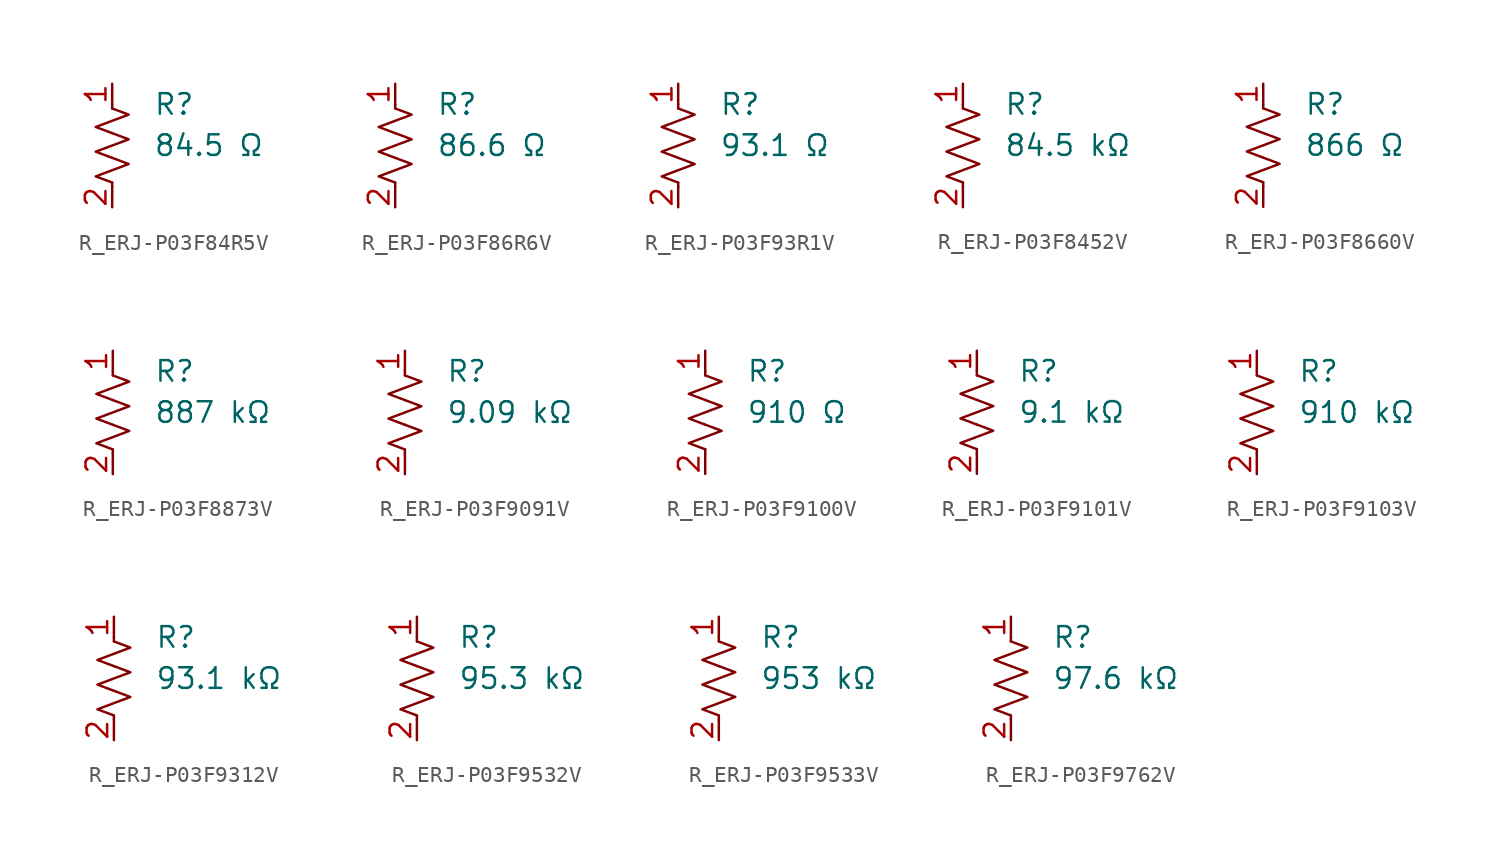
<source format=kicad_sym>
(kicad_symbol_lib
  (version 20231120)
  (generator "kicad_symbol_editor")
  (generator_version "8.0")
  (symbol "R_ERJ-P03F84R5V"
    (pin_names
      (offset 0.254))
    (property "Value" "84.5 Ω"
      (at 2.54 0 0)
      (effects (font (size 1.27 1.27)) (justify left)))
    (property "Reference" "R"
      (at 2.54 2.54 0)
      (effects (font (size 1.27 1.27)) (justify left)))
    (symbol "R_ERJ-P03F84R5V_0_1"
      (polyline (pts (xy 0 -2.286) (xy 0 -2.54)) (stroke (width 0) (type default)) (fill (type none)))
      (polyline (pts (xy 0 2.286) (xy 0 2.54)) (stroke (width 0) (type default)) (fill (type none)))
      (polyline (pts (xy 0 -0.762) (xy 1.016 -1.143) (xy 0 -1.524) (xy -1.016 -1.905) (xy 0 -2.286)) (stroke (width 0) (type default)) (fill (type none)))
      (polyline (pts (xy 0 0.762) (xy 1.016 0.381) (xy 0 0) (xy -1.016 -0.381) (xy 0 -0.762)) (stroke (width 0) (type default)) (fill (type none)))
      (polyline (pts (xy 0 2.286) (xy 1.016 1.905) (xy 0 1.524) (xy -1.016 1.143) (xy 0 0.762)) (stroke (width 0) (type default)) (fill (type none))))
    (symbol "R_ERJ-P03F84R5V_1_1"
      (pin passive line (at 0 3.81 270) (length 1.27) (name "~" (effects (font (size 1.27 1.27)))) (number "1" (effects (font (size 1.27 1.27)))))
      (pin passive line (at 0 -3.81 90) (length 1.27) (name "~" (effects (font (size 1.27 1.27)))) (number "2" (effects (font (size 1.27 1.27)))))))
  (symbol "R_ERJ-P03F86R6V"
    (pin_names
      (offset 0.254))
    (property "Value" "86.6 Ω"
      (at 2.54 0 0)
      (effects (font (size 1.27 1.27)) (justify left)))
    (property "Reference" "R"
      (at 2.54 2.54 0)
      (effects (font (size 1.27 1.27)) (justify left)))
    (symbol "R_ERJ-P03F86R6V_0_1"
      (polyline (pts (xy 0 -2.286) (xy 0 -2.54)) (stroke (width 0) (type default)) (fill (type none)))
      (polyline (pts (xy 0 2.286) (xy 0 2.54)) (stroke (width 0) (type default)) (fill (type none)))
      (polyline (pts (xy 0 -0.762) (xy 1.016 -1.143) (xy 0 -1.524) (xy -1.016 -1.905) (xy 0 -2.286)) (stroke (width 0) (type default)) (fill (type none)))
      (polyline (pts (xy 0 0.762) (xy 1.016 0.381) (xy 0 0) (xy -1.016 -0.381) (xy 0 -0.762)) (stroke (width 0) (type default)) (fill (type none)))
      (polyline (pts (xy 0 2.286) (xy 1.016 1.905) (xy 0 1.524) (xy -1.016 1.143) (xy 0 0.762)) (stroke (width 0) (type default)) (fill (type none))))
    (symbol "R_ERJ-P03F86R6V_1_1"
      (pin passive line (at 0 3.81 270) (length 1.27) (name "~" (effects (font (size 1.27 1.27)))) (number "1" (effects (font (size 1.27 1.27)))))
      (pin passive line (at 0 -3.81 90) (length 1.27) (name "~" (effects (font (size 1.27 1.27)))) (number "2" (effects (font (size 1.27 1.27)))))))
  (symbol "R_ERJ-P03F93R1V"
    (pin_names
      (offset 0.254))
    (property "Value" "93.1 Ω"
      (at 2.54 0 0)
      (effects (font (size 1.27 1.27)) (justify left)))
    (property "Reference" "R"
      (at 2.54 2.54 0)
      (effects (font (size 1.27 1.27)) (justify left)))
    (symbol "R_ERJ-P03F93R1V_0_1"
      (polyline (pts (xy 0 -2.286) (xy 0 -2.54)) (stroke (width 0) (type default)) (fill (type none)))
      (polyline (pts (xy 0 2.286) (xy 0 2.54)) (stroke (width 0) (type default)) (fill (type none)))
      (polyline (pts (xy 0 -0.762) (xy 1.016 -1.143) (xy 0 -1.524) (xy -1.016 -1.905) (xy 0 -2.286)) (stroke (width 0) (type default)) (fill (type none)))
      (polyline (pts (xy 0 0.762) (xy 1.016 0.381) (xy 0 0) (xy -1.016 -0.381) (xy 0 -0.762)) (stroke (width 0) (type default)) (fill (type none)))
      (polyline (pts (xy 0 2.286) (xy 1.016 1.905) (xy 0 1.524) (xy -1.016 1.143) (xy 0 0.762)) (stroke (width 0) (type default)) (fill (type none))))
    (symbol "R_ERJ-P03F93R1V_1_1"
      (pin passive line (at 0 3.81 270) (length 1.27) (name "~" (effects (font (size 1.27 1.27)))) (number "1" (effects (font (size 1.27 1.27)))))
      (pin passive line (at 0 -3.81 90) (length 1.27) (name "~" (effects (font (size 1.27 1.27)))) (number "2" (effects (font (size 1.27 1.27)))))))
  (symbol "R_ERJ-P03F8452V"
    (pin_names
      (offset 0.254))
    (property "Value" "84.5 kΩ"
      (at 2.54 0 0)
      (effects (font (size 1.27 1.27)) (justify left)))
    (property "Reference" "R"
      (at 2.54 2.54 0)
      (effects (font (size 1.27 1.27)) (justify left)))
    (symbol "R_ERJ-P03F8452V_0_1"
      (polyline (pts (xy 0 -2.286) (xy 0 -2.54)) (stroke (width 0) (type default)) (fill (type none)))
      (polyline (pts (xy 0 2.286) (xy 0 2.54)) (stroke (width 0) (type default)) (fill (type none)))
      (polyline (pts (xy 0 -0.762) (xy 1.016 -1.143) (xy 0 -1.524) (xy -1.016 -1.905) (xy 0 -2.286)) (stroke (width 0) (type default)) (fill (type none)))
      (polyline (pts (xy 0 0.762) (xy 1.016 0.381) (xy 0 0) (xy -1.016 -0.381) (xy 0 -0.762)) (stroke (width 0) (type default)) (fill (type none)))
      (polyline (pts (xy 0 2.286) (xy 1.016 1.905) (xy 0 1.524) (xy -1.016 1.143) (xy 0 0.762)) (stroke (width 0) (type default)) (fill (type none))))
    (symbol "R_ERJ-P03F8452V_1_1"
      (pin passive line (at 0 3.81 270) (length 1.27) (name "~" (effects (font (size 1.27 1.27)))) (number "1" (effects (font (size 1.27 1.27)))))
      (pin passive line (at 0 -3.81 90) (length 1.27) (name "~" (effects (font (size 1.27 1.27)))) (number "2" (effects (font (size 1.27 1.27)))))))
  (symbol "R_ERJ-P03F8660V"
    (pin_names
      (offset 0.254))
    (property "Value" "866 Ω"
      (at 2.54 0 0)
      (effects (font (size 1.27 1.27)) (justify left)))
    (property "Reference" "R"
      (at 2.54 2.54 0)
      (effects (font (size 1.27 1.27)) (justify left)))
    (symbol "R_ERJ-P03F8660V_0_1"
      (polyline (pts (xy 0 -2.286) (xy 0 -2.54)) (stroke (width 0) (type default)) (fill (type none)))
      (polyline (pts (xy 0 2.286) (xy 0 2.54)) (stroke (width 0) (type default)) (fill (type none)))
      (polyline (pts (xy 0 -0.762) (xy 1.016 -1.143) (xy 0 -1.524) (xy -1.016 -1.905) (xy 0 -2.286)) (stroke (width 0) (type default)) (fill (type none)))
      (polyline (pts (xy 0 0.762) (xy 1.016 0.381) (xy 0 0) (xy -1.016 -0.381) (xy 0 -0.762)) (stroke (width 0) (type default)) (fill (type none)))
      (polyline (pts (xy 0 2.286) (xy 1.016 1.905) (xy 0 1.524) (xy -1.016 1.143) (xy 0 0.762)) (stroke (width 0) (type default)) (fill (type none))))
    (symbol "R_ERJ-P03F8660V_1_1"
      (pin passive line (at 0 3.81 270) (length 1.27) (name "~" (effects (font (size 1.27 1.27)))) (number "1" (effects (font (size 1.27 1.27)))))
      (pin passive line (at 0 -3.81 90) (length 1.27) (name "~" (effects (font (size 1.27 1.27)))) (number "2" (effects (font (size 1.27 1.27)))))))
  (symbol "R_ERJ-P03F8873V"
    (pin_names
      (offset 0.254))
    (property "Value" "887 kΩ"
      (at 2.54 0 0)
      (effects (font (size 1.27 1.27)) (justify left)))
    (property "Reference" "R"
      (at 2.54 2.54 0)
      (effects (font (size 1.27 1.27)) (justify left)))
    (symbol "R_ERJ-P03F8873V_0_1"
      (polyline (pts (xy 0 -2.286) (xy 0 -2.54)) (stroke (width 0) (type default)) (fill (type none)))
      (polyline (pts (xy 0 2.286) (xy 0 2.54)) (stroke (width 0) (type default)) (fill (type none)))
      (polyline (pts (xy 0 -0.762) (xy 1.016 -1.143) (xy 0 -1.524) (xy -1.016 -1.905) (xy 0 -2.286)) (stroke (width 0) (type default)) (fill (type none)))
      (polyline (pts (xy 0 0.762) (xy 1.016 0.381) (xy 0 0) (xy -1.016 -0.381) (xy 0 -0.762)) (stroke (width 0) (type default)) (fill (type none)))
      (polyline (pts (xy 0 2.286) (xy 1.016 1.905) (xy 0 1.524) (xy -1.016 1.143) (xy 0 0.762)) (stroke (width 0) (type default)) (fill (type none))))
    (symbol "R_ERJ-P03F8873V_1_1"
      (pin passive line (at 0 3.81 270) (length 1.27) (name "~" (effects (font (size 1.27 1.27)))) (number "1" (effects (font (size 1.27 1.27)))))
      (pin passive line (at 0 -3.81 90) (length 1.27) (name "~" (effects (font (size 1.27 1.27)))) (number "2" (effects (font (size 1.27 1.27)))))))
  (symbol "R_ERJ-P03F9091V"
    (pin_names
      (offset 0.254))
    (property "Value" "9.09 kΩ"
      (at 2.54 0 0)
      (effects (font (size 1.27 1.27)) (justify left)))
    (property "Reference" "R"
      (at 2.54 2.54 0)
      (effects (font (size 1.27 1.27)) (justify left)))
    (symbol "R_ERJ-P03F9091V_0_1"
      (polyline (pts (xy 0 -2.286) (xy 0 -2.54)) (stroke (width 0) (type default)) (fill (type none)))
      (polyline (pts (xy 0 2.286) (xy 0 2.54)) (stroke (width 0) (type default)) (fill (type none)))
      (polyline (pts (xy 0 -0.762) (xy 1.016 -1.143) (xy 0 -1.524) (xy -1.016 -1.905) (xy 0 -2.286)) (stroke (width 0) (type default)) (fill (type none)))
      (polyline (pts (xy 0 0.762) (xy 1.016 0.381) (xy 0 0) (xy -1.016 -0.381) (xy 0 -0.762)) (stroke (width 0) (type default)) (fill (type none)))
      (polyline (pts (xy 0 2.286) (xy 1.016 1.905) (xy 0 1.524) (xy -1.016 1.143) (xy 0 0.762)) (stroke (width 0) (type default)) (fill (type none))))
    (symbol "R_ERJ-P03F9091V_1_1"
      (pin passive line (at 0 3.81 270) (length 1.27) (name "~" (effects (font (size 1.27 1.27)))) (number "1" (effects (font (size 1.27 1.27)))))
      (pin passive line (at 0 -3.81 90) (length 1.27) (name "~" (effects (font (size 1.27 1.27)))) (number "2" (effects (font (size 1.27 1.27)))))))
  (symbol "R_ERJ-P03F9100V"
    (pin_names
      (offset 0.254))
    (property "Value" "910 Ω"
      (at 2.54 0 0)
      (effects (font (size 1.27 1.27)) (justify left)))
    (property "Reference" "R"
      (at 2.54 2.54 0)
      (effects (font (size 1.27 1.27)) (justify left)))
    (symbol "R_ERJ-P03F9100V_0_1"
      (polyline (pts (xy 0 -2.286) (xy 0 -2.54)) (stroke (width 0) (type default)) (fill (type none)))
      (polyline (pts (xy 0 2.286) (xy 0 2.54)) (stroke (width 0) (type default)) (fill (type none)))
      (polyline (pts (xy 0 -0.762) (xy 1.016 -1.143) (xy 0 -1.524) (xy -1.016 -1.905) (xy 0 -2.286)) (stroke (width 0) (type default)) (fill (type none)))
      (polyline (pts (xy 0 0.762) (xy 1.016 0.381) (xy 0 0) (xy -1.016 -0.381) (xy 0 -0.762)) (stroke (width 0) (type default)) (fill (type none)))
      (polyline (pts (xy 0 2.286) (xy 1.016 1.905) (xy 0 1.524) (xy -1.016 1.143) (xy 0 0.762)) (stroke (width 0) (type default)) (fill (type none))))
    (symbol "R_ERJ-P03F9100V_1_1"
      (pin passive line (at 0 3.81 270) (length 1.27) (name "~" (effects (font (size 1.27 1.27)))) (number "1" (effects (font (size 1.27 1.27)))))
      (pin passive line (at 0 -3.81 90) (length 1.27) (name "~" (effects (font (size 1.27 1.27)))) (number "2" (effects (font (size 1.27 1.27)))))))
  (symbol "R_ERJ-P03F9101V"
    (pin_names
      (offset 0.254))
    (property "Value" "9.1 kΩ"
      (at 2.54 0 0)
      (effects (font (size 1.27 1.27)) (justify left)))
    (property "Reference" "R"
      (at 2.54 2.54 0)
      (effects (font (size 1.27 1.27)) (justify left)))
    (symbol "R_ERJ-P03F9101V_0_1"
      (polyline (pts (xy 0 -2.286) (xy 0 -2.54)) (stroke (width 0) (type default)) (fill (type none)))
      (polyline (pts (xy 0 2.286) (xy 0 2.54)) (stroke (width 0) (type default)) (fill (type none)))
      (polyline (pts (xy 0 -0.762) (xy 1.016 -1.143) (xy 0 -1.524) (xy -1.016 -1.905) (xy 0 -2.286)) (stroke (width 0) (type default)) (fill (type none)))
      (polyline (pts (xy 0 0.762) (xy 1.016 0.381) (xy 0 0) (xy -1.016 -0.381) (xy 0 -0.762)) (stroke (width 0) (type default)) (fill (type none)))
      (polyline (pts (xy 0 2.286) (xy 1.016 1.905) (xy 0 1.524) (xy -1.016 1.143) (xy 0 0.762)) (stroke (width 0) (type default)) (fill (type none))))
    (symbol "R_ERJ-P03F9101V_1_1"
      (pin passive line (at 0 3.81 270) (length 1.27) (name "~" (effects (font (size 1.27 1.27)))) (number "1" (effects (font (size 1.27 1.27)))))
      (pin passive line (at 0 -3.81 90) (length 1.27) (name "~" (effects (font (size 1.27 1.27)))) (number "2" (effects (font (size 1.27 1.27)))))))
  (symbol "R_ERJ-P03F9103V"
    (pin_names
      (offset 0.254))
    (property "Value" "910 kΩ"
      (at 2.54 0 0)
      (effects (font (size 1.27 1.27)) (justify left)))
    (property "Reference" "R"
      (at 2.54 2.54 0)
      (effects (font (size 1.27 1.27)) (justify left)))
    (symbol "R_ERJ-P03F9103V_0_1"
      (polyline (pts (xy 0 -2.286) (xy 0 -2.54)) (stroke (width 0) (type default)) (fill (type none)))
      (polyline (pts (xy 0 2.286) (xy 0 2.54)) (stroke (width 0) (type default)) (fill (type none)))
      (polyline (pts (xy 0 -0.762) (xy 1.016 -1.143) (xy 0 -1.524) (xy -1.016 -1.905) (xy 0 -2.286)) (stroke (width 0) (type default)) (fill (type none)))
      (polyline (pts (xy 0 0.762) (xy 1.016 0.381) (xy 0 0) (xy -1.016 -0.381) (xy 0 -0.762)) (stroke (width 0) (type default)) (fill (type none)))
      (polyline (pts (xy 0 2.286) (xy 1.016 1.905) (xy 0 1.524) (xy -1.016 1.143) (xy 0 0.762)) (stroke (width 0) (type default)) (fill (type none))))
    (symbol "R_ERJ-P03F9103V_1_1"
      (pin passive line (at 0 3.81 270) (length 1.27) (name "~" (effects (font (size 1.27 1.27)))) (number "1" (effects (font (size 1.27 1.27)))))
      (pin passive line (at 0 -3.81 90) (length 1.27) (name "~" (effects (font (size 1.27 1.27)))) (number "2" (effects (font (size 1.27 1.27)))))))
  (symbol "R_ERJ-P03F9312V"
    (pin_names
      (offset 0.254))
    (property "Value" "93.1 kΩ"
      (at 2.54 0 0)
      (effects (font (size 1.27 1.27)) (justify left)))
    (property "Reference" "R"
      (at 2.54 2.54 0)
      (effects (font (size 1.27 1.27)) (justify left)))
    (symbol "R_ERJ-P03F9312V_0_1"
      (polyline (pts (xy 0 -2.286) (xy 0 -2.54)) (stroke (width 0) (type default)) (fill (type none)))
      (polyline (pts (xy 0 2.286) (xy 0 2.54)) (stroke (width 0) (type default)) (fill (type none)))
      (polyline (pts (xy 0 -0.762) (xy 1.016 -1.143) (xy 0 -1.524) (xy -1.016 -1.905) (xy 0 -2.286)) (stroke (width 0) (type default)) (fill (type none)))
      (polyline (pts (xy 0 0.762) (xy 1.016 0.381) (xy 0 0) (xy -1.016 -0.381) (xy 0 -0.762)) (stroke (width 0) (type default)) (fill (type none)))
      (polyline (pts (xy 0 2.286) (xy 1.016 1.905) (xy 0 1.524) (xy -1.016 1.143) (xy 0 0.762)) (stroke (width 0) (type default)) (fill (type none))))
    (symbol "R_ERJ-P03F9312V_1_1"
      (pin passive line (at 0 3.81 270) (length 1.27) (name "~" (effects (font (size 1.27 1.27)))) (number "1" (effects (font (size 1.27 1.27)))))
      (pin passive line (at 0 -3.81 90) (length 1.27) (name "~" (effects (font (size 1.27 1.27)))) (number "2" (effects (font (size 1.27 1.27)))))))
  (symbol "R_ERJ-P03F9532V"
    (pin_names
      (offset 0.254))
    (property "Value" "95.3 kΩ"
      (at 2.54 0 0)
      (effects (font (size 1.27 1.27)) (justify left)))
    (property "Reference" "R"
      (at 2.54 2.54 0)
      (effects (font (size 1.27 1.27)) (justify left)))
    (symbol "R_ERJ-P03F9532V_0_1"
      (polyline (pts (xy 0 -2.286) (xy 0 -2.54)) (stroke (width 0) (type default)) (fill (type none)))
      (polyline (pts (xy 0 2.286) (xy 0 2.54)) (stroke (width 0) (type default)) (fill (type none)))
      (polyline (pts (xy 0 -0.762) (xy 1.016 -1.143) (xy 0 -1.524) (xy -1.016 -1.905) (xy 0 -2.286)) (stroke (width 0) (type default)) (fill (type none)))
      (polyline (pts (xy 0 0.762) (xy 1.016 0.381) (xy 0 0) (xy -1.016 -0.381) (xy 0 -0.762)) (stroke (width 0) (type default)) (fill (type none)))
      (polyline (pts (xy 0 2.286) (xy 1.016 1.905) (xy 0 1.524) (xy -1.016 1.143) (xy 0 0.762)) (stroke (width 0) (type default)) (fill (type none))))
    (symbol "R_ERJ-P03F9532V_1_1"
      (pin passive line (at 0 3.81 270) (length 1.27) (name "~" (effects (font (size 1.27 1.27)))) (number "1" (effects (font (size 1.27 1.27)))))
      (pin passive line (at 0 -3.81 90) (length 1.27) (name "~" (effects (font (size 1.27 1.27)))) (number "2" (effects (font (size 1.27 1.27)))))))
  (symbol "R_ERJ-P03F9533V"
    (pin_names
      (offset 0.254))
    (property "Value" "953 kΩ"
      (at 2.54 0 0)
      (effects (font (size 1.27 1.27)) (justify left)))
    (property "Reference" "R"
      (at 2.54 2.54 0)
      (effects (font (size 1.27 1.27)) (justify left)))
    (symbol "R_ERJ-P03F9533V_0_1"
      (polyline (pts (xy 0 -2.286) (xy 0 -2.54)) (stroke (width 0) (type default)) (fill (type none)))
      (polyline (pts (xy 0 2.286) (xy 0 2.54)) (stroke (width 0) (type default)) (fill (type none)))
      (polyline (pts (xy 0 -0.762) (xy 1.016 -1.143) (xy 0 -1.524) (xy -1.016 -1.905) (xy 0 -2.286)) (stroke (width 0) (type default)) (fill (type none)))
      (polyline (pts (xy 0 0.762) (xy 1.016 0.381) (xy 0 0) (xy -1.016 -0.381) (xy 0 -0.762)) (stroke (width 0) (type default)) (fill (type none)))
      (polyline (pts (xy 0 2.286) (xy 1.016 1.905) (xy 0 1.524) (xy -1.016 1.143) (xy 0 0.762)) (stroke (width 0) (type default)) (fill (type none))))
    (symbol "R_ERJ-P03F9533V_1_1"
      (pin passive line (at 0 3.81 270) (length 1.27) (name "~" (effects (font (size 1.27 1.27)))) (number "1" (effects (font (size 1.27 1.27)))))
      (pin passive line (at 0 -3.81 90) (length 1.27) (name "~" (effects (font (size 1.27 1.27)))) (number "2" (effects (font (size 1.27 1.27)))))))
  (symbol "R_ERJ-P03F9762V"
    (pin_names
      (offset 0.254))
    (property "Value" "97.6 kΩ"
      (at 2.54 0 0)
      (effects (font (size 1.27 1.27)) (justify left)))
    (property "Reference" "R"
      (at 2.54 2.54 0)
      (effects (font (size 1.27 1.27)) (justify left)))
    (symbol "R_ERJ-P03F9762V_0_1"
      (polyline (pts (xy 0 -2.286) (xy 0 -2.54)) (stroke (width 0) (type default)) (fill (type none)))
      (polyline (pts (xy 0 2.286) (xy 0 2.54)) (stroke (width 0) (type default)) (fill (type none)))
      (polyline (pts (xy 0 -0.762) (xy 1.016 -1.143) (xy 0 -1.524) (xy -1.016 -1.905) (xy 0 -2.286)) (stroke (width 0) (type default)) (fill (type none)))
      (polyline (pts (xy 0 0.762) (xy 1.016 0.381) (xy 0 0) (xy -1.016 -0.381) (xy 0 -0.762)) (stroke (width 0) (type default)) (fill (type none)))
      (polyline (pts (xy 0 2.286) (xy 1.016 1.905) (xy 0 1.524) (xy -1.016 1.143) (xy 0 0.762)) (stroke (width 0) (type default)) (fill (type none))))
    (symbol "R_ERJ-P03F9762V_1_1"
      (pin passive line (at 0 3.81 270) (length 1.27) (name "~" (effects (font (size 1.27 1.27)))) (number "1" (effects (font (size 1.27 1.27)))))
      (pin passive line (at 0 -3.81 90) (length 1.27) (name "~" (effects (font (size 1.27 1.27)))) (number "2" (effects (font (size 1.27 1.27))))))))
</source>
